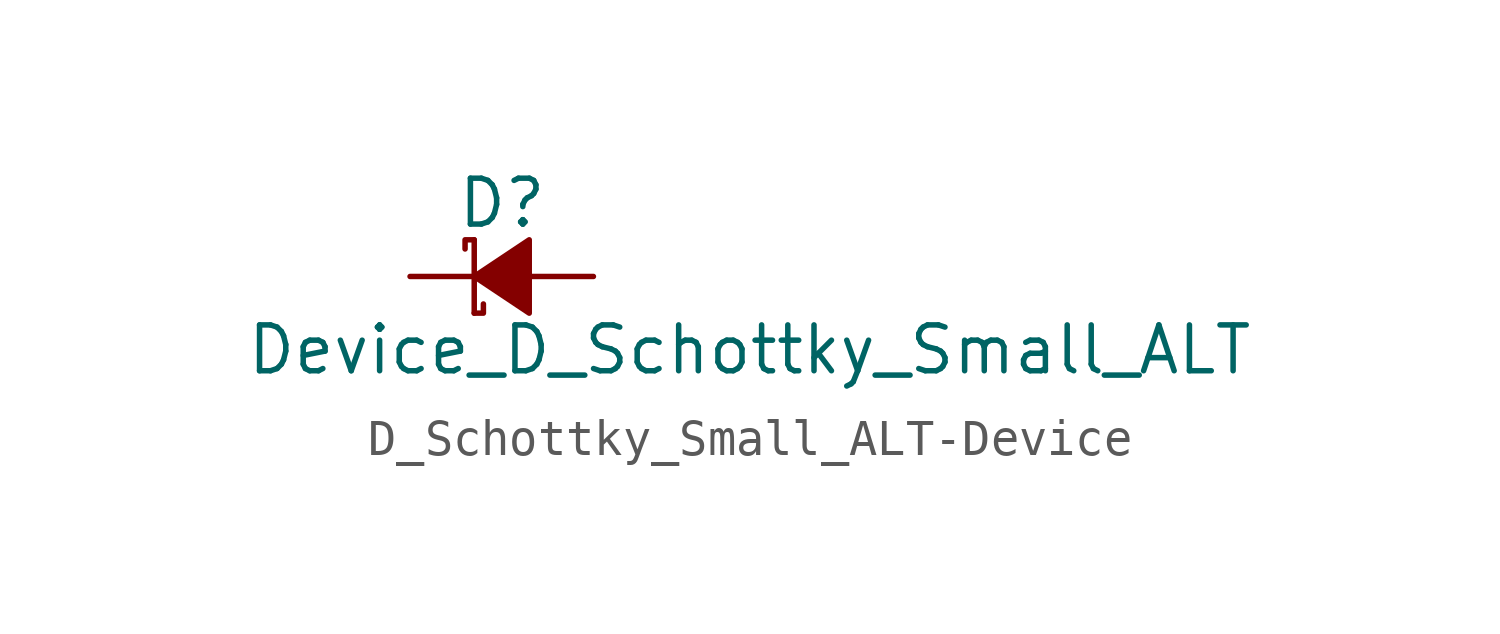
<source format=kicad_sym>
(kicad_symbol_lib
  (version 20220914)
  (generator kicad_symbol_editor)
  (symbol "D_Schottky_Small_ALT-Device"
    (pin_numbers hide)
    (pin_names
      (offset 0.254) hide)
    (property "Reference" "D"
      (at -1.27 2.032 0)
      (effects (font (size 1.27 1.27)) (justify left)))
    (property "Value" "Device_D_Schottky_Small_ALT"
      (at -7.112 -2.032 0)
      (effects (font (size 1.27 1.27)) (justify left)))
    (symbol "D_Schottky_Small_ALT-Device_0_1"
      (polyline (pts (xy -0.762 -1.016) (xy -0.762 1.016)) (stroke (width 0) (type solid)) (fill (type none)))
      (polyline (pts (xy -0.762 0) (xy 0.762 0)) (stroke (width 0) (type solid)) (fill (type none)))
      (polyline (pts (xy -0.762 -1.016) (xy -0.508 -1.016) (xy -0.508 -0.762)) (stroke (width 0) (type solid)) (fill (type none)))
      (polyline (pts (xy -0.762 1.016) (xy -1.016 1.016) (xy -1.016 0.762)) (stroke (width 0) (type solid)) (fill (type none)))
      (polyline (pts (xy 0.762 -1.016) (xy -0.762 0) (xy 0.762 1.016) (xy 0.762 -1.016)) (stroke (width 0) (type solid)) (fill (type outline))))
    (symbol "D_Schottky_Small_ALT-Device_1_1"
      (pin passive line (at -2.54 0 0) (length 1.778) (name "K" (effects (font (size 1.27 1.27)))) (number "1" (effects (font (size 1.27 1.27)))))
      (pin passive line (at 2.54 0 180) (length 1.778) (name "A" (effects (font (size 1.27 1.27)))) (number "2" (effects (font (size 1.27 1.27))))))))
</source>
